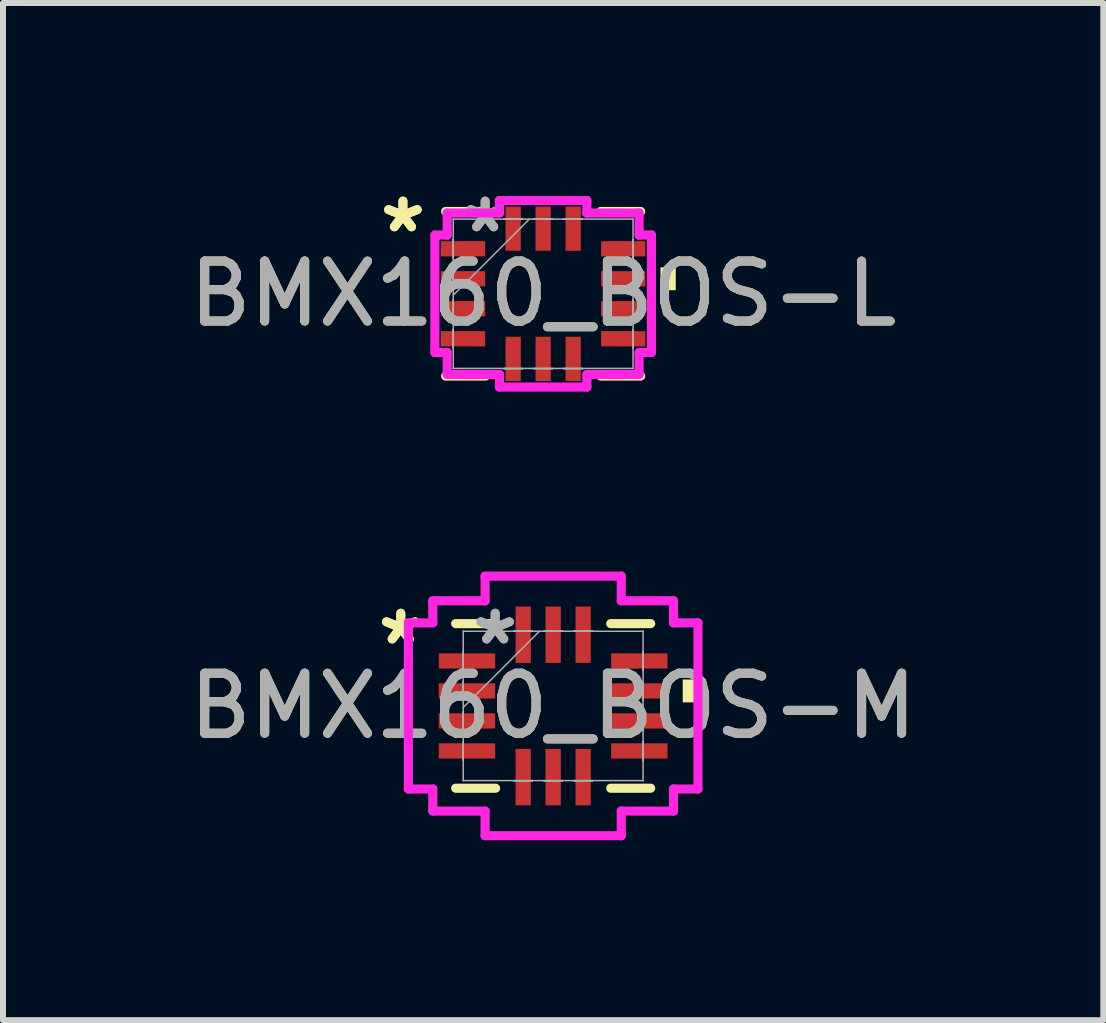
<source format=kicad_pcb>
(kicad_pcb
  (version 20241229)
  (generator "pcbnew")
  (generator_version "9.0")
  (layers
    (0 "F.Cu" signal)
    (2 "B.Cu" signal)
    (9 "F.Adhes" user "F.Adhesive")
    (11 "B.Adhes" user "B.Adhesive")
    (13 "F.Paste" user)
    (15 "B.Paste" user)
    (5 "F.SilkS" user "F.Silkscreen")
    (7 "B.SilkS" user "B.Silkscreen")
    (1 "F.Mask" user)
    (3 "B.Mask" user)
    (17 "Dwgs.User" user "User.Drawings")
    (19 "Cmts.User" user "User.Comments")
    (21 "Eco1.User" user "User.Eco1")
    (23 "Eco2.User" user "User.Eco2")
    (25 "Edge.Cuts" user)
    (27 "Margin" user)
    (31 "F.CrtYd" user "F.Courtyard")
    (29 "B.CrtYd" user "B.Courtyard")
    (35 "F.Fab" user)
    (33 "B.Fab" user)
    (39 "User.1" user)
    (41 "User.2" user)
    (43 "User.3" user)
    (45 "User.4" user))
  (footprint "BMX160_BOS-M"
    (layer "F.Cu")
    (at 6.173 8.72)
    (property "Reference" "BMX160_BOS-M" (at 0 0 0) (unlocked yes) (layer "F.SilkS") (effects (font (size 1 1) (thickness 0.15))))
    (attr smd)
    (fp_line (start -1.626 1.372) (end -0.96 1.372) (stroke (width 0.152) (type solid)) (layer "F.SilkS"))
    (fp_line (start -0.96 -1.372) (end -1.626 -1.372) (stroke (width 0.152) (type solid)) (layer "F.SilkS"))
    (fp_line (start 0.96 1.372) (end 1.626 1.372) (stroke (width 0.152) (type solid)) (layer "F.SilkS"))
    (fp_line (start 1.626 -1.372) (end 0.96 -1.372) (stroke (width 0.152) (type solid)) (layer "F.SilkS"))
    (fp_poly (pts (xy 2.414 -0.441) (xy 2.414 -0.059) (xy 2.16 -0.059) (xy 2.16 -0.441)) (stroke (width 0) (type solid)) (fill yes) (layer "F.SilkS"))
    (fp_line (start -2.414 -1.385) (end -2.007 -1.385) (stroke (width 0.152) (type solid)) (layer "F.CrtYd"))
    (fp_line (start -2.414 1.385) (end -2.414 -1.385) (stroke (width 0.152) (type solid)) (layer "F.CrtYd"))
    (fp_line (start -2.007 -1.753) (end -1.135 -1.753) (stroke (width 0.152) (type solid)) (layer "F.CrtYd"))
    (fp_line (start -2.007 -1.385) (end -2.007 -1.753) (stroke (width 0.152) (type solid)) (layer "F.CrtYd"))
    (fp_line (start -2.007 1.385) (end -2.414 1.385) (stroke (width 0.152) (type solid)) (layer "F.CrtYd"))
    (fp_line (start -2.007 1.753) (end -2.007 1.385) (stroke (width 0.152) (type solid)) (layer "F.CrtYd"))
    (fp_line (start -1.135 -2.164) (end 1.135 -2.164) (stroke (width 0.152) (type solid)) (layer "F.CrtYd"))
    (fp_line (start -1.135 -1.753) (end -1.135 -2.164) (stroke (width 0.152) (type solid)) (layer "F.CrtYd"))
    (fp_line (start -1.135 1.753) (end -2.007 1.753) (stroke (width 0.152) (type solid)) (layer "F.CrtYd"))
    (fp_line (start -1.135 2.164) (end -1.135 1.753) (stroke (width 0.152) (type solid)) (layer "F.CrtYd"))
    (fp_line (start 1.135 -2.164) (end 1.135 -1.753) (stroke (width 0.152) (type solid)) (layer "F.CrtYd"))
    (fp_line (start 1.135 -1.753) (end 2.007 -1.753) (stroke (width 0.152) (type solid)) (layer "F.CrtYd"))
    (fp_line (start 1.135 1.753) (end 1.135 2.164) (stroke (width 0.152) (type solid)) (layer "F.CrtYd"))
    (fp_line (start 1.135 2.164) (end -1.135 2.164) (stroke (width 0.152) (type solid)) (layer "F.CrtYd"))
    (fp_line (start 2.007 -1.753) (end 2.007 -1.385) (stroke (width 0.152) (type solid)) (layer "F.CrtYd"))
    (fp_line (start 2.007 -1.385) (end 2.414 -1.385) (stroke (width 0.152) (type solid)) (layer "F.CrtYd"))
    (fp_line (start 2.007 1.385) (end 2.007 1.753) (stroke (width 0.152) (type solid)) (layer "F.CrtYd"))
    (fp_line (start 2.007 1.753) (end 1.135 1.753) (stroke (width 0.152) (type solid)) (layer "F.CrtYd"))
    (fp_line (start 2.414 -1.385) (end 2.414 1.385) (stroke (width 0.152) (type solid)) (layer "F.CrtYd"))
    (fp_line (start 2.414 1.385) (end 2.007 1.385) (stroke (width 0.152) (type solid)) (layer "F.CrtYd"))
    (fp_line (start -1.5 -0.902) (end -1.5 -0.598) (stroke (width 0.025) (type solid)) (layer "F.Fab"))
    (fp_line (start -1.5 -0.598) (end -1.499 -0.598) (stroke (width 0.025) (type solid)) (layer "F.Fab"))
    (fp_line (start -1.5 -0.402) (end -1.5 -0.098) (stroke (width 0.025) (type solid)) (layer "F.Fab"))
    (fp_line (start -1.5 -0.098) (end -1.499 -0.098) (stroke (width 0.025) (type solid)) (layer "F.Fab"))
    (fp_line (start -1.5 0.098) (end -1.5 0.402) (stroke (width 0.025) (type solid)) (layer "F.Fab"))
    (fp_line (start -1.5 0.402) (end -1.499 0.402) (stroke (width 0.025) (type solid)) (layer "F.Fab"))
    (fp_line (start -1.5 0.598) (end -1.5 0.902) (stroke (width 0.025) (type solid)) (layer "F.Fab"))
    (fp_line (start -1.5 0.902) (end -1.499 0.902) (stroke (width 0.025) (type solid)) (layer "F.Fab"))
    (fp_line (start -1.499 -1.245) (end -1.499 -1.245) (stroke (width 0.025) (type solid)) (layer "F.Fab"))
    (fp_line (start -1.499 -1.245) (end -1.499 1.245) (stroke (width 0.025) (type solid)) (layer "F.Fab"))
    (fp_line (start -1.499 -0.902) (end -1.5 -0.902) (stroke (width 0.025) (type solid)) (layer "F.Fab"))
    (fp_line (start -1.499 -0.598) (end -1.499 -0.902) (stroke (width 0.025) (type solid)) (layer "F.Fab"))
    (fp_line (start -1.499 -0.402) (end -1.5 -0.402) (stroke (width 0.025) (type solid)) (layer "F.Fab"))
    (fp_line (start -1.499 -0.098) (end -1.499 -0.402) (stroke (width 0.025) (type solid)) (layer "F.Fab"))
    (fp_line (start -1.499 0.025) (end -0.229 -1.245) (stroke (width 0.025) (type solid)) (layer "F.Fab"))
    (fp_line (start -1.499 0.098) (end -1.5 0.098) (stroke (width 0.025) (type solid)) (layer "F.Fab"))
    (fp_line (start -1.499 0.402) (end -1.499 0.098) (stroke (width 0.025) (type solid)) (layer "F.Fab"))
    (fp_line (start -1.499 0.598) (end -1.5 0.598) (stroke (width 0.025) (type solid)) (layer "F.Fab"))
    (fp_line (start -1.499 0.902) (end -1.499 0.598) (stroke (width 0.025) (type solid)) (layer "F.Fab"))
    (fp_line (start -1.499 1.245) (end -1.499 1.245) (stroke (width 0.025) (type solid)) (layer "F.Fab"))
    (fp_line (start -1.499 1.245) (end 1.499 1.245) (stroke (width 0.025) (type solid)) (layer "F.Fab"))
    (fp_line (start -0.652 -1.25) (end -0.652 -1.245) (stroke (width 0.025) (type solid)) (layer "F.Fab"))
    (fp_line (start -0.652 -1.245) (end -0.348 -1.245) (stroke (width 0.025) (type solid)) (layer "F.Fab"))
    (fp_line (start -0.652 1.245) (end -0.652 1.25) (stroke (width 0.025) (type solid)) (layer "F.Fab"))
    (fp_line (start -0.652 1.25) (end -0.348 1.25) (stroke (width 0.025) (type solid)) (layer "F.Fab"))
    (fp_line (start -0.348 -1.25) (end -0.652 -1.25) (stroke (width 0.025) (type solid)) (layer "F.Fab"))
    (fp_line (start -0.348 -1.245) (end -0.348 -1.25) (stroke (width 0.025) (type solid)) (layer "F.Fab"))
    (fp_line (start -0.348 1.245) (end -0.652 1.245) (stroke (width 0.025) (type solid)) (layer "F.Fab"))
    (fp_line (start -0.348 1.25) (end -0.348 1.245) (stroke (width 0.025) (type solid)) (layer "F.Fab"))
    (fp_line (start -0.152 -1.25) (end -0.152 -1.245) (stroke (width 0.025) (type solid)) (layer "F.Fab"))
    (fp_line (start -0.152 -1.245) (end 0.152 -1.245) (stroke (width 0.025) (type solid)) (layer "F.Fab"))
    (fp_line (start -0.152 1.245) (end -0.152 1.25) (stroke (width 0.025) (type solid)) (layer "F.Fab"))
    (fp_line (start -0.152 1.25) (end 0.152 1.25) (stroke (width 0.025) (type solid)) (layer "F.Fab"))
    (fp_line (start 0.152 -1.25) (end -0.152 -1.25) (stroke (width 0.025) (type solid)) (layer "F.Fab"))
    (fp_line (start 0.152 -1.245) (end 0.152 -1.25) (stroke (width 0.025) (type solid)) (layer "F.Fab"))
    (fp_line (start 0.152 1.245) (end -0.152 1.245) (stroke (width 0.025) (type solid)) (layer "F.Fab"))
    (fp_line (start 0.152 1.25) (end 0.152 1.245) (stroke (width 0.025) (type solid)) (layer "F.Fab"))
    (fp_line (start 0.348 -1.25) (end 0.348 -1.245) (stroke (width 0.025) (type solid)) (layer "F.Fab"))
    (fp_line (start 0.348 -1.245) (end 0.652 -1.245) (stroke (width 0.025) (type solid)) (layer "F.Fab"))
    (fp_line (start 0.348 1.245) (end 0.348 1.25) (stroke (width 0.025) (type solid)) (layer "F.Fab"))
    (fp_line (start 0.348 1.25) (end 0.652 1.25) (stroke (width 0.025) (type solid)) (layer "F.Fab"))
    (fp_line (start 0.652 -1.25) (end 0.348 -1.25) (stroke (width 0.025) (type solid)) (layer "F.Fab"))
    (fp_line (start 0.652 -1.245) (end 0.652 -1.25) (stroke (width 0.025) (type solid)) (layer "F.Fab"))
    (fp_line (start 0.652 1.245) (end 0.348 1.245) (stroke (width 0.025) (type solid)) (layer "F.Fab"))
    (fp_line (start 0.652 1.25) (end 0.652 1.245) (stroke (width 0.025) (type solid)) (layer "F.Fab"))
    (fp_line (start 1.499 -1.245) (end -1.499 -1.245) (stroke (width 0.025) (type solid)) (layer "F.Fab"))
    (fp_line (start 1.499 -1.245) (end 1.499 -1.245) (stroke (width 0.025) (type solid)) (layer "F.Fab"))
    (fp_line (start 1.499 -0.902) (end 1.499 -0.598) (stroke (width 0.025) (type solid)) (layer "F.Fab"))
    (fp_line (start 1.499 -0.598) (end 1.5 -0.598) (stroke (width 0.025) (type solid)) (layer "F.Fab"))
    (fp_line (start 1.499 -0.402) (end 1.499 -0.098) (stroke (width 0.025) (type solid)) (layer "F.Fab"))
    (fp_line (start 1.499 -0.098) (end 1.5 -0.098) (stroke (width 0.025) (type solid)) (layer "F.Fab"))
    (fp_line (start 1.499 0.098) (end 1.499 0.402) (stroke (width 0.025) (type solid)) (layer "F.Fab"))
    (fp_line (start 1.499 0.402) (end 1.5 0.402) (stroke (width 0.025) (type solid)) (layer "F.Fab"))
    (fp_line (start 1.499 0.598) (end 1.499 0.902) (stroke (width 0.025) (type solid)) (layer "F.Fab"))
    (fp_line (start 1.499 0.902) (end 1.5 0.902) (stroke (width 0.025) (type solid)) (layer "F.Fab"))
    (fp_line (start 1.499 1.245) (end 1.499 -1.245) (stroke (width 0.025) (type solid)) (layer "F.Fab"))
    (fp_line (start 1.499 1.245) (end 1.499 1.245) (stroke (width 0.025) (type solid)) (layer "F.Fab"))
    (fp_line (start 1.5 -0.902) (end 1.499 -0.902) (stroke (width 0.025) (type solid)) (layer "F.Fab"))
    (fp_line (start 1.5 -0.598) (end 1.5 -0.902) (stroke (width 0.025) (type solid)) (layer "F.Fab"))
    (fp_line (start 1.5 -0.402) (end 1.499 -0.402) (stroke (width 0.025) (type solid)) (layer "F.Fab"))
    (fp_line (start 1.5 -0.098) (end 1.5 -0.402) (stroke (width 0.025) (type solid)) (layer "F.Fab"))
    (fp_line (start 1.5 0.098) (end 1.499 0.098) (stroke (width 0.025) (type solid)) (layer "F.Fab"))
    (fp_line (start 1.5 0.402) (end 1.5 0.098) (stroke (width 0.025) (type solid)) (layer "F.Fab"))
    (fp_line (start 1.5 0.598) (end 1.499 0.598) (stroke (width 0.025) (type solid)) (layer "F.Fab"))
    (fp_line (start 1.5 0.902) (end 1.5 0.598) (stroke (width 0.025) (type solid)) (layer "F.Fab"))
    (fp_text user "*" (at -2.541 -1 0) (unlocked yes) (layer "F.SilkS") (effects (font (size 1 1) (thickness 0.15))))
    (fp_text user "*" (at -2.541 -1 0) (layer "F.SilkS") (effects (font (size 1 1) (thickness 0.15))))
    (fp_text user "${REFERENCE}" (at 0 0 0) (unlocked yes) (layer "F.Fab") (effects (font (size 1 1) (thickness 0.15))))
    (fp_text user "*" (at -0.967 -1 0) (layer "F.Fab") (effects (font (size 1 1) (thickness 0.15))))
    (fp_text user "*" (at -0.967 -1 0) (unlocked yes) (layer "F.Fab") (effects (font (size 1 1) (thickness 0.15))))
    (pad "1" smd rect (at -1.437 -0.75 90) (size 0.254 0.94) (layers "F.Cu" "F.Mask" "F.Paste"))
    (pad "2" smd rect (at -1.437 -0.25 90) (size 0.254 0.94) (layers "F.Cu" "F.Mask" "F.Paste"))
    (pad "3" smd rect (at -1.437 0.25 90) (size 0.254 0.94) (layers "F.Cu" "F.Mask" "F.Paste"))
    (pad "4" smd rect (at -1.437 0.75 90) (size 0.254 0.94) (layers "F.Cu" "F.Mask" "F.Paste"))
    (pad "5" smd rect (at -0.5 1.187) (size 0.254 0.94) (layers "F.Cu" "F.Mask" "F.Paste"))
    (pad "6" smd rect (at 0 1.187) (size 0.254 0.94) (layers "F.Cu" "F.Mask" "F.Paste"))
    (pad "7" smd rect (at 0.5 1.187) (size 0.254 0.94) (layers "F.Cu" "F.Mask" "F.Paste"))
    (pad "8" smd rect (at 1.437 0.75 90) (size 0.254 0.94) (layers "F.Cu" "F.Mask" "F.Paste"))
    (pad "9" smd rect (at 1.437 0.25 90) (size 0.254 0.94) (layers "F.Cu" "F.Mask" "F.Paste"))
    (pad "10" smd rect (at 1.437 -0.25 90) (size 0.254 0.94) (layers "F.Cu" "F.Mask" "F.Paste"))
    (pad "11" smd rect (at 1.437 -0.75 90) (size 0.254 0.94) (layers "F.Cu" "F.Mask" "F.Paste"))
    (pad "12" smd rect (at 0.5 -1.187) (size 0.254 0.94) (layers "F.Cu" "F.Mask" "F.Paste"))
    (pad "13" smd rect (at 0 -1.187) (size 0.254 0.94) (layers "F.Cu" "F.Mask" "F.Paste"))
    (pad "14" smd rect (at -0.5 -1.187) (size 0.254 0.94) (layers "F.Cu" "F.Mask" "F.Paste")))
  (footprint "BMX160_BOS-L"
    (layer "F.Cu")
    (at 6.006 1.848)
    (property "Reference" "BMX160_BOS-L" (at 0 0 0) (unlocked yes) (layer "F.SilkS") (effects (font (size 1 1) (thickness 0.15))))
    (attr smd)
    (fp_line (start -1.626 1.372) (end -0.96 1.372) (stroke (width 0.152) (type solid)) (layer "F.SilkS"))
    (fp_line (start -0.96 -1.372) (end -1.626 -1.372) (stroke (width 0.152) (type solid)) (layer "F.SilkS"))
    (fp_line (start 0.96 1.372) (end 1.626 1.372) (stroke (width 0.152) (type solid)) (layer "F.SilkS"))
    (fp_line (start 1.626 -1.372) (end 0.96 -1.372) (stroke (width 0.152) (type solid)) (layer "F.SilkS"))
    (fp_poly (pts (xy 2.211 -0.441) (xy 2.211 -0.059) (xy 1.957 -0.059) (xy 1.957 -0.441)) (stroke (width 0) (type solid)) (fill yes) (layer "F.SilkS"))
    (fp_line (start -1.805 -0.979) (end -1.6 -0.979) (stroke (width 0.152) (type solid)) (layer "F.CrtYd"))
    (fp_line (start -1.805 0.979) (end -1.805 -0.979) (stroke (width 0.152) (type solid)) (layer "F.CrtYd"))
    (fp_line (start -1.6 -1.346) (end -0.729 -1.346) (stroke (width 0.152) (type solid)) (layer "F.CrtYd"))
    (fp_line (start -1.6 -0.979) (end -1.6 -1.346) (stroke (width 0.152) (type solid)) (layer "F.CrtYd"))
    (fp_line (start -1.6 0.979) (end -1.805 0.979) (stroke (width 0.152) (type solid)) (layer "F.CrtYd"))
    (fp_line (start -1.6 1.346) (end -1.6 0.979) (stroke (width 0.152) (type solid)) (layer "F.CrtYd"))
    (fp_line (start -0.729 -1.555) (end 0.729 -1.555) (stroke (width 0.152) (type solid)) (layer "F.CrtYd"))
    (fp_line (start -0.729 -1.346) (end -0.729 -1.555) (stroke (width 0.152) (type solid)) (layer "F.CrtYd"))
    (fp_line (start -0.729 1.346) (end -1.6 1.346) (stroke (width 0.152) (type solid)) (layer "F.CrtYd"))
    (fp_line (start -0.729 1.555) (end -0.729 1.346) (stroke (width 0.152) (type solid)) (layer "F.CrtYd"))
    (fp_line (start 0.729 -1.555) (end 0.729 -1.346) (stroke (width 0.152) (type solid)) (layer "F.CrtYd"))
    (fp_line (start 0.729 -1.346) (end 1.6 -1.346) (stroke (width 0.152) (type solid)) (layer "F.CrtYd"))
    (fp_line (start 0.729 1.346) (end 0.729 1.555) (stroke (width 0.152) (type solid)) (layer "F.CrtYd"))
    (fp_line (start 0.729 1.555) (end -0.729 1.555) (stroke (width 0.152) (type solid)) (layer "F.CrtYd"))
    (fp_line (start 1.6 -1.346) (end 1.6 -0.979) (stroke (width 0.152) (type solid)) (layer "F.CrtYd"))
    (fp_line (start 1.6 -0.979) (end 1.805 -0.979) (stroke (width 0.152) (type solid)) (layer "F.CrtYd"))
    (fp_line (start 1.6 0.979) (end 1.6 1.346) (stroke (width 0.152) (type solid)) (layer "F.CrtYd"))
    (fp_line (start 1.6 1.346) (end 0.729 1.346) (stroke (width 0.152) (type solid)) (layer "F.CrtYd"))
    (fp_line (start 1.805 -0.979) (end 1.805 0.979) (stroke (width 0.152) (type solid)) (layer "F.CrtYd"))
    (fp_line (start 1.805 0.979) (end 1.6 0.979) (stroke (width 0.152) (type solid)) (layer "F.CrtYd"))
    (fp_line (start -1.5 -0.902) (end -1.5 -0.598) (stroke (width 0.025) (type solid)) (layer "F.Fab"))
    (fp_line (start -1.5 -0.598) (end -1.499 -0.598) (stroke (width 0.025) (type solid)) (layer "F.Fab"))
    (fp_line (start -1.5 -0.402) (end -1.5 -0.098) (stroke (width 0.025) (type solid)) (layer "F.Fab"))
    (fp_line (start -1.5 -0.098) (end -1.499 -0.098) (stroke (width 0.025) (type solid)) (layer "F.Fab"))
    (fp_line (start -1.5 0.098) (end -1.5 0.402) (stroke (width 0.025) (type solid)) (layer "F.Fab"))
    (fp_line (start -1.5 0.402) (end -1.499 0.402) (stroke (width 0.025) (type solid)) (layer "F.Fab"))
    (fp_line (start -1.5 0.598) (end -1.5 0.902) (stroke (width 0.025) (type solid)) (layer "F.Fab"))
    (fp_line (start -1.5 0.902) (end -1.499 0.902) (stroke (width 0.025) (type solid)) (layer "F.Fab"))
    (fp_line (start -1.499 -1.245) (end -1.499 -1.245) (stroke (width 0.025) (type solid)) (layer "F.Fab"))
    (fp_line (start -1.499 -1.245) (end -1.499 1.245) (stroke (width 0.025) (type solid)) (layer "F.Fab"))
    (fp_line (start -1.499 -0.902) (end -1.5 -0.902) (stroke (width 0.025) (type solid)) (layer "F.Fab"))
    (fp_line (start -1.499 -0.598) (end -1.499 -0.902) (stroke (width 0.025) (type solid)) (layer "F.Fab"))
    (fp_line (start -1.499 -0.402) (end -1.5 -0.402) (stroke (width 0.025) (type solid)) (layer "F.Fab"))
    (fp_line (start -1.499 -0.098) (end -1.499 -0.402) (stroke (width 0.025) (type solid)) (layer "F.Fab"))
    (fp_line (start -1.499 0.025) (end -0.229 -1.245) (stroke (width 0.025) (type solid)) (layer "F.Fab"))
    (fp_line (start -1.499 0.098) (end -1.5 0.098) (stroke (width 0.025) (type solid)) (layer "F.Fab"))
    (fp_line (start -1.499 0.402) (end -1.499 0.098) (stroke (width 0.025) (type solid)) (layer "F.Fab"))
    (fp_line (start -1.499 0.598) (end -1.5 0.598) (stroke (width 0.025) (type solid)) (layer "F.Fab"))
    (fp_line (start -1.499 0.902) (end -1.499 0.598) (stroke (width 0.025) (type solid)) (layer "F.Fab"))
    (fp_line (start -1.499 1.245) (end -1.499 1.245) (stroke (width 0.025) (type solid)) (layer "F.Fab"))
    (fp_line (start -1.499 1.245) (end 1.499 1.245) (stroke (width 0.025) (type solid)) (layer "F.Fab"))
    (fp_line (start -0.652 -1.25) (end -0.652 -1.245) (stroke (width 0.025) (type solid)) (layer "F.Fab"))
    (fp_line (start -0.652 -1.245) (end -0.348 -1.245) (stroke (width 0.025) (type solid)) (layer "F.Fab"))
    (fp_line (start -0.652 1.245) (end -0.652 1.25) (stroke (width 0.025) (type solid)) (layer "F.Fab"))
    (fp_line (start -0.652 1.25) (end -0.348 1.25) (stroke (width 0.025) (type solid)) (layer "F.Fab"))
    (fp_line (start -0.348 -1.25) (end -0.652 -1.25) (stroke (width 0.025) (type solid)) (layer "F.Fab"))
    (fp_line (start -0.348 -1.245) (end -0.348 -1.25) (stroke (width 0.025) (type solid)) (layer "F.Fab"))
    (fp_line (start -0.348 1.245) (end -0.652 1.245) (stroke (width 0.025) (type solid)) (layer "F.Fab"))
    (fp_line (start -0.348 1.25) (end -0.348 1.245) (stroke (width 0.025) (type solid)) (layer "F.Fab"))
    (fp_line (start -0.152 -1.25) (end -0.152 -1.245) (stroke (width 0.025) (type solid)) (layer "F.Fab"))
    (fp_line (start -0.152 -1.245) (end 0.152 -1.245) (stroke (width 0.025) (type solid)) (layer "F.Fab"))
    (fp_line (start -0.152 1.245) (end -0.152 1.25) (stroke (width 0.025) (type solid)) (layer "F.Fab"))
    (fp_line (start -0.152 1.25) (end 0.152 1.25) (stroke (width 0.025) (type solid)) (layer "F.Fab"))
    (fp_line (start 0.152 -1.25) (end -0.152 -1.25) (stroke (width 0.025) (type solid)) (layer "F.Fab"))
    (fp_line (start 0.152 -1.245) (end 0.152 -1.25) (stroke (width 0.025) (type solid)) (layer "F.Fab"))
    (fp_line (start 0.152 1.245) (end -0.152 1.245) (stroke (width 0.025) (type solid)) (layer "F.Fab"))
    (fp_line (start 0.152 1.25) (end 0.152 1.245) (stroke (width 0.025) (type solid)) (layer "F.Fab"))
    (fp_line (start 0.348 -1.25) (end 0.348 -1.245) (stroke (width 0.025) (type solid)) (layer "F.Fab"))
    (fp_line (start 0.348 -1.245) (end 0.652 -1.245) (stroke (width 0.025) (type solid)) (layer "F.Fab"))
    (fp_line (start 0.348 1.245) (end 0.348 1.25) (stroke (width 0.025) (type solid)) (layer "F.Fab"))
    (fp_line (start 0.348 1.25) (end 0.652 1.25) (stroke (width 0.025) (type solid)) (layer "F.Fab"))
    (fp_line (start 0.652 -1.25) (end 0.348 -1.25) (stroke (width 0.025) (type solid)) (layer "F.Fab"))
    (fp_line (start 0.652 -1.245) (end 0.652 -1.25) (stroke (width 0.025) (type solid)) (layer "F.Fab"))
    (fp_line (start 0.652 1.245) (end 0.348 1.245) (stroke (width 0.025) (type solid)) (layer "F.Fab"))
    (fp_line (start 0.652 1.25) (end 0.652 1.245) (stroke (width 0.025) (type solid)) (layer "F.Fab"))
    (fp_line (start 1.499 -1.245) (end -1.499 -1.245) (stroke (width 0.025) (type solid)) (layer "F.Fab"))
    (fp_line (start 1.499 -1.245) (end 1.499 -1.245) (stroke (width 0.025) (type solid)) (layer "F.Fab"))
    (fp_line (start 1.499 -0.902) (end 1.499 -0.598) (stroke (width 0.025) (type solid)) (layer "F.Fab"))
    (fp_line (start 1.499 -0.598) (end 1.5 -0.598) (stroke (width 0.025) (type solid)) (layer "F.Fab"))
    (fp_line (start 1.499 -0.402) (end 1.499 -0.098) (stroke (width 0.025) (type solid)) (layer "F.Fab"))
    (fp_line (start 1.499 -0.098) (end 1.5 -0.098) (stroke (width 0.025) (type solid)) (layer "F.Fab"))
    (fp_line (start 1.499 0.098) (end 1.499 0.402) (stroke (width 0.025) (type solid)) (layer "F.Fab"))
    (fp_line (start 1.499 0.402) (end 1.5 0.402) (stroke (width 0.025) (type solid)) (layer "F.Fab"))
    (fp_line (start 1.499 0.598) (end 1.499 0.902) (stroke (width 0.025) (type solid)) (layer "F.Fab"))
    (fp_line (start 1.499 0.902) (end 1.5 0.902) (stroke (width 0.025) (type solid)) (layer "F.Fab"))
    (fp_line (start 1.499 1.245) (end 1.499 -1.245) (stroke (width 0.025) (type solid)) (layer "F.Fab"))
    (fp_line (start 1.499 1.245) (end 1.499 1.245) (stroke (width 0.025) (type solid)) (layer "F.Fab"))
    (fp_line (start 1.5 -0.902) (end 1.499 -0.902) (stroke (width 0.025) (type solid)) (layer "F.Fab"))
    (fp_line (start 1.5 -0.598) (end 1.5 -0.902) (stroke (width 0.025) (type solid)) (layer "F.Fab"))
    (fp_line (start 1.5 -0.402) (end 1.499 -0.402) (stroke (width 0.025) (type solid)) (layer "F.Fab"))
    (fp_line (start 1.5 -0.098) (end 1.5 -0.402) (stroke (width 0.025) (type solid)) (layer "F.Fab"))
    (fp_line (start 1.5 0.098) (end 1.499 0.098) (stroke (width 0.025) (type solid)) (layer "F.Fab"))
    (fp_line (start 1.5 0.402) (end 1.5 0.098) (stroke (width 0.025) (type solid)) (layer "F.Fab"))
    (fp_line (start 1.5 0.598) (end 1.499 0.598) (stroke (width 0.025) (type solid)) (layer "F.Fab"))
    (fp_line (start 1.5 0.902) (end 1.5 0.598) (stroke (width 0.025) (type solid)) (layer "F.Fab"))
    (fp_text user "*" (at -2.338 -1 0) (unlocked yes) (layer "F.SilkS") (effects (font (size 1 1) (thickness 0.15))))
    (fp_text user "*" (at -2.338 -1 0) (layer "F.SilkS") (effects (font (size 1 1) (thickness 0.15))))
    (fp_text user "*" (at -0.967 -1 0) (unlocked yes) (layer "F.Fab") (effects (font (size 1 1) (thickness 0.15))))
    (fp_text user "*" (at -0.967 -1 0) (layer "F.Fab") (effects (font (size 1 1) (thickness 0.15))))
    (fp_text user "${REFERENCE}" (at 0 0 0) (unlocked yes) (layer "F.Fab") (effects (font (size 1 1) (thickness 0.15))))
    (pad "1" smd rect (at -1.335 -0.75 90) (size 0.254 0.737) (layers "F.Cu" "F.Mask" "F.Paste"))
    (pad "2" smd rect (at -1.335 -0.25 90) (size 0.254 0.737) (layers "F.Cu" "F.Mask" "F.Paste"))
    (pad "3" smd rect (at -1.335 0.25 90) (size 0.254 0.737) (layers "F.Cu" "F.Mask" "F.Paste"))
    (pad "4" smd rect (at -1.335 0.75 90) (size 0.254 0.737) (layers "F.Cu" "F.Mask" "F.Paste"))
    (pad "5" smd rect (at -0.5 1.085) (size 0.254 0.737) (layers "F.Cu" "F.Mask" "F.Paste"))
    (pad "6" smd rect (at 0 1.085) (size 0.254 0.737) (layers "F.Cu" "F.Mask" "F.Paste"))
    (pad "7" smd rect (at 0.5 1.085) (size 0.254 0.737) (layers "F.Cu" "F.Mask" "F.Paste"))
    (pad "8" smd rect (at 1.335 0.75 90) (size 0.254 0.737) (layers "F.Cu" "F.Mask" "F.Paste"))
    (pad "9" smd rect (at 1.335 0.25 90) (size 0.254 0.737) (layers "F.Cu" "F.Mask" "F.Paste"))
    (pad "10" smd rect (at 1.335 -0.25 90) (size 0.254 0.737) (layers "F.Cu" "F.Mask" "F.Paste"))
    (pad "11" smd rect (at 1.335 -0.75 90) (size 0.254 0.737) (layers "F.Cu" "F.Mask" "F.Paste"))
    (pad "12" smd rect (at 0.5 -1.085) (size 0.254 0.737) (layers "F.Cu" "F.Mask" "F.Paste"))
    (pad "13" smd rect (at 0 -1.085) (size 0.254 0.737) (layers "F.Cu" "F.Mask" "F.Paste"))
    (pad "14" smd rect (at -0.5 -1.085) (size 0.254 0.737) (layers "F.Cu" "F.Mask" "F.Paste")))
  (gr_rect
    (start -3 -3)
    (end 15.345 13.96)
    (stroke (width 0.1) (type default))
    (fill no)
    (layer "Edge.Cuts")))
</source>
